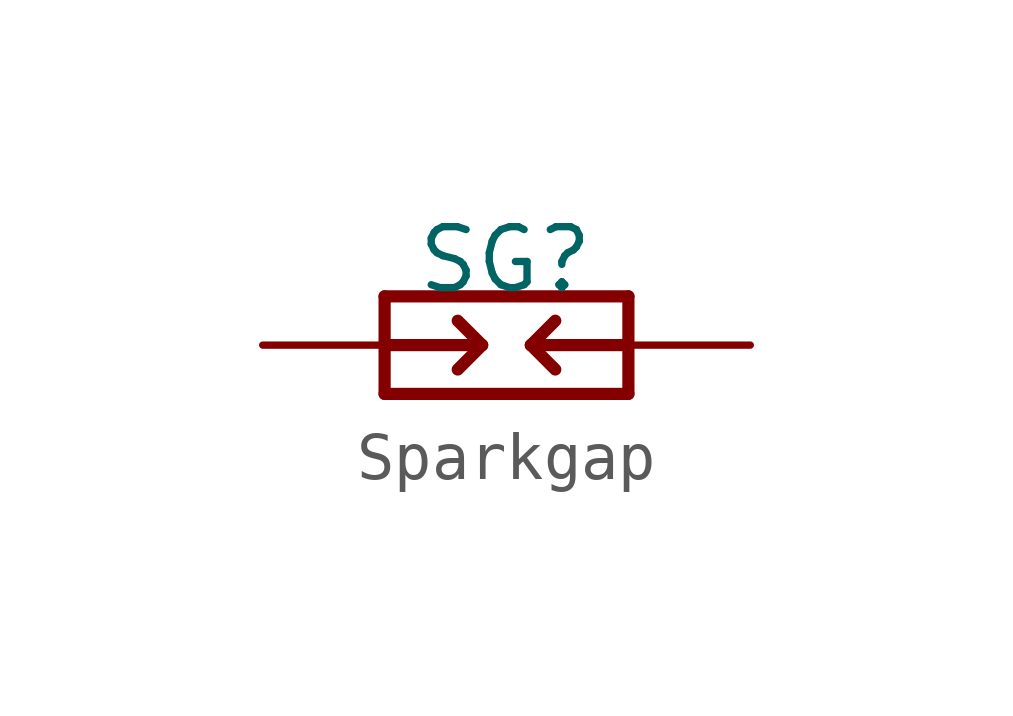
<source format=kicad_sym>
(kicad_symbol_lib
  (version 20220914)
  (generator kicad_symbol_editor)
  (symbol "Sparkgap"
    (property "Reference" "SG"
      (at 0.025 1.778 0)
      (effects (font (size 1.27 1.27))))
    (property "Value" ""
      (at 0 0 0)
      (effects (font (size 1.27 1.27))))
    (property "ki_locked" ""
      (at 0 0 0)
      (effects (font (size 1.27 1.27))))
    (symbol "Sparkgap_1_0"
      (polyline (pts (xy -2.489 -1.016) (xy -2.489 0)) (stroke (width 0.254) (type default)) (fill (type none)))
      (polyline (pts (xy -2.489 0) (xy -2.489 1.016)) (stroke (width 0.254) (type default)) (fill (type none)))
      (polyline (pts (xy -2.489 0) (xy -0.457 0)) (stroke (width 0.254) (type default)) (fill (type none)))
      (polyline (pts (xy -2.489 1.016) (xy 2.591 1.016)) (stroke (width 0.254) (type default)) (fill (type none)))
      (polyline (pts (xy -0.457 0) (xy -0.965 -0.508)) (stroke (width 0.254) (type default)) (fill (type none)))
      (polyline (pts (xy -0.457 0) (xy -0.965 0.508)) (stroke (width 0.254) (type default)) (fill (type none)))
      (polyline (pts (xy 0.559 0) (xy 1.067 -0.508)) (stroke (width 0.254) (type default)) (fill (type none)))
      (polyline (pts (xy 1.067 0.508) (xy 0.559 0)) (stroke (width 0.254) (type default)) (fill (type none)))
      (polyline (pts (xy 2.591 -1.016) (xy -2.489 -1.016)) (stroke (width 0.254) (type default)) (fill (type none)))
      (polyline (pts (xy 2.591 0) (xy 0.559 0)) (stroke (width 0.254) (type default)) (fill (type none)))
      (polyline (pts (xy 2.591 0) (xy 2.591 -1.016)) (stroke (width 0.254) (type default)) (fill (type none)))
      (polyline (pts (xy 2.591 1.016) (xy 2.591 0)) (stroke (width 0.254) (type default)) (fill (type none)))
      (pin passive line (at 5.131 0 180) (length 2.54) (name "1" (effects (font (size 0 0)))) (number "1" (effects (font (size 0 0)))))
      (pin passive line (at -5.029 0 0) (length 2.54) (name "2" (effects (font (size 0 0)))) (number "2" (effects (font (size 0 0))))))))
</source>
